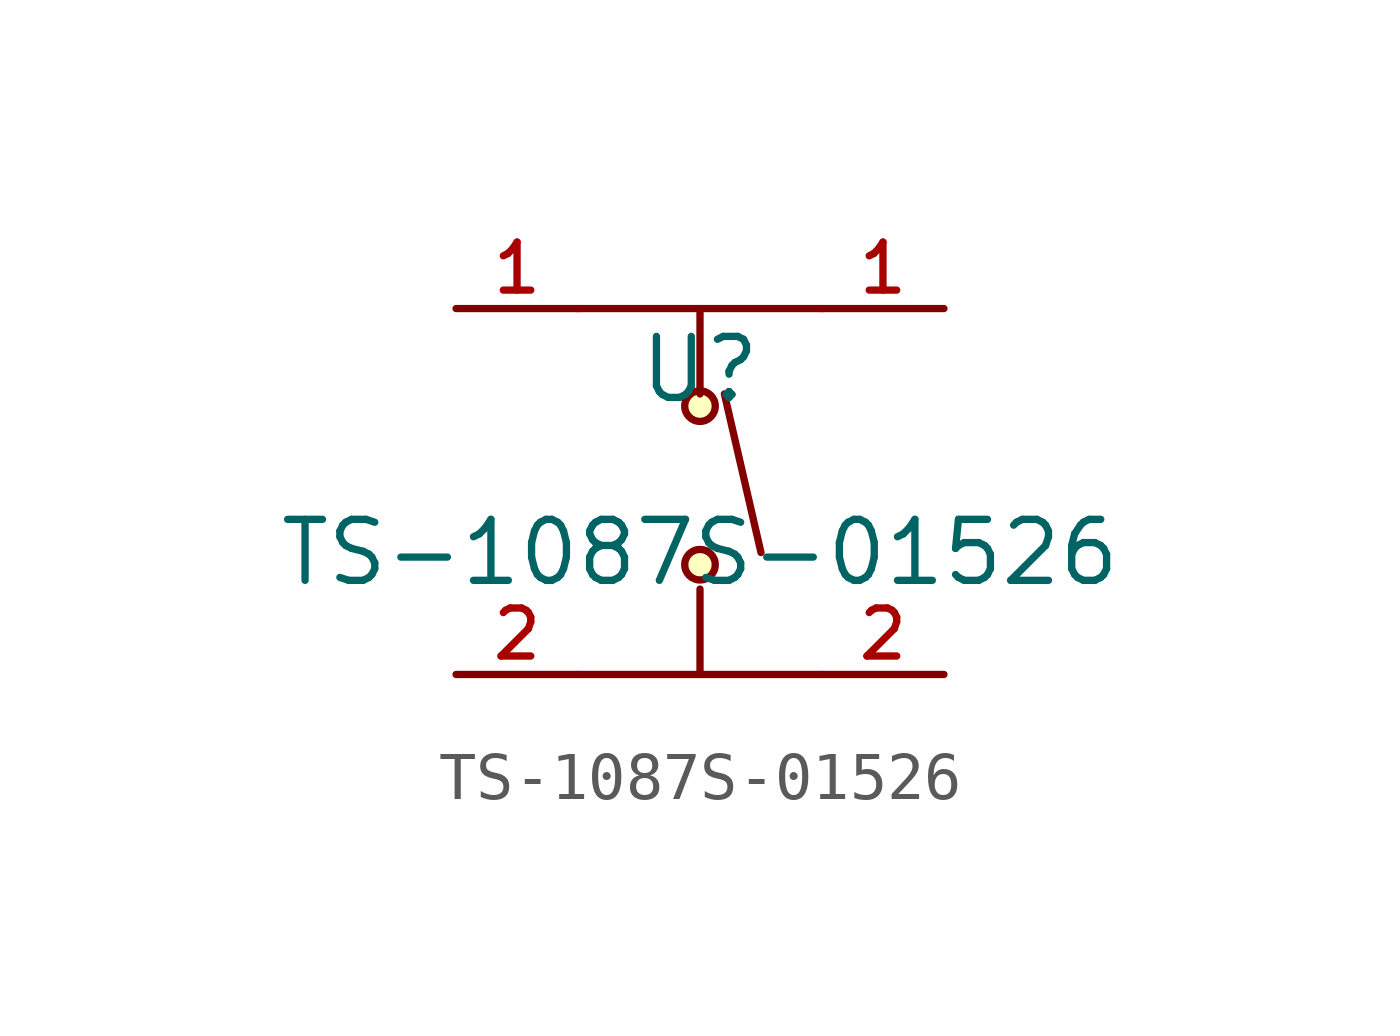
<source format=kicad_sym>
(kicad_symbol_lib
  (version 20210201)
  (generator TousstNicolas/JLC2KiCad_lib)
  (symbol "TS-1087S-01526"
    (pin_names hide)
    (property "Reference" "U"
      (at 0 1.27 0)
      (effects (font (size 1.27 1.27))))
    (property "Value" "TS-1087S-01526"
      (at 0 -2.54 0)
      (effects (font (size 1.27 1.27))))
    (symbol "TS-1087S-01526_0_1"
      (pin unspecified line (at -5.08 -5.08 0) (length 2.54) (name "2" (effects (font (size 1 1)))) (number "2" (effects (font (size 1 1)))))
      (pin unspecified line (at 5.08 -5.08 180) (length 2.54) (name "2" (effects (font (size 1 1)))) (number "2" (effects (font (size 1 1)))))
      (pin unspecified line (at -5.08 2.54 0) (length 2.54) (name "1" (effects (font (size 1 1)))) (number "1" (effects (font (size 1 1)))))
      (pin unspecified line (at 5.08 2.54 180) (length 2.54) (name "1" (effects (font (size 1 1)))) (number "1" (effects (font (size 1 1)))))
      (polyline (pts (xy 0.508 0.762) (xy 1.27 -2.54)) (stroke (width 0) (type default) (color 0 0 0 0)) (fill (type none)))
      (polyline (pts (xy 0.0 -3.302) (xy 0.0 -5.08)) (stroke (width 0) (type default) (color 0 0 0 0)) (fill (type none)))
      (polyline (pts (xy 0.0 0.762) (xy 0.0 2.54)) (stroke (width 0) (type default) (color 0 0 0 0)) (fill (type none)))
      (circle (center 0.0 -2.794) (radius 0.318) (stroke (width 0) (type default) (color 0 0 0 0)) (fill (type background)))
      (circle (center 0.0 0.508) (radius 0.318) (stroke (width 0) (type default) (color 0 0 0 0)) (fill (type background)))
      (polyline (pts (xy -2.54 2.54) (xy 2.54 2.54)) (stroke (width 0) (type default) (color 0 0 0 0)) (fill (type none)))
      (polyline (pts (xy -2.54 -5.08) (xy 2.54 -5.08)) (stroke (width 0) (type default) (color 0 0 0 0)) (fill (type none))))))
</source>
